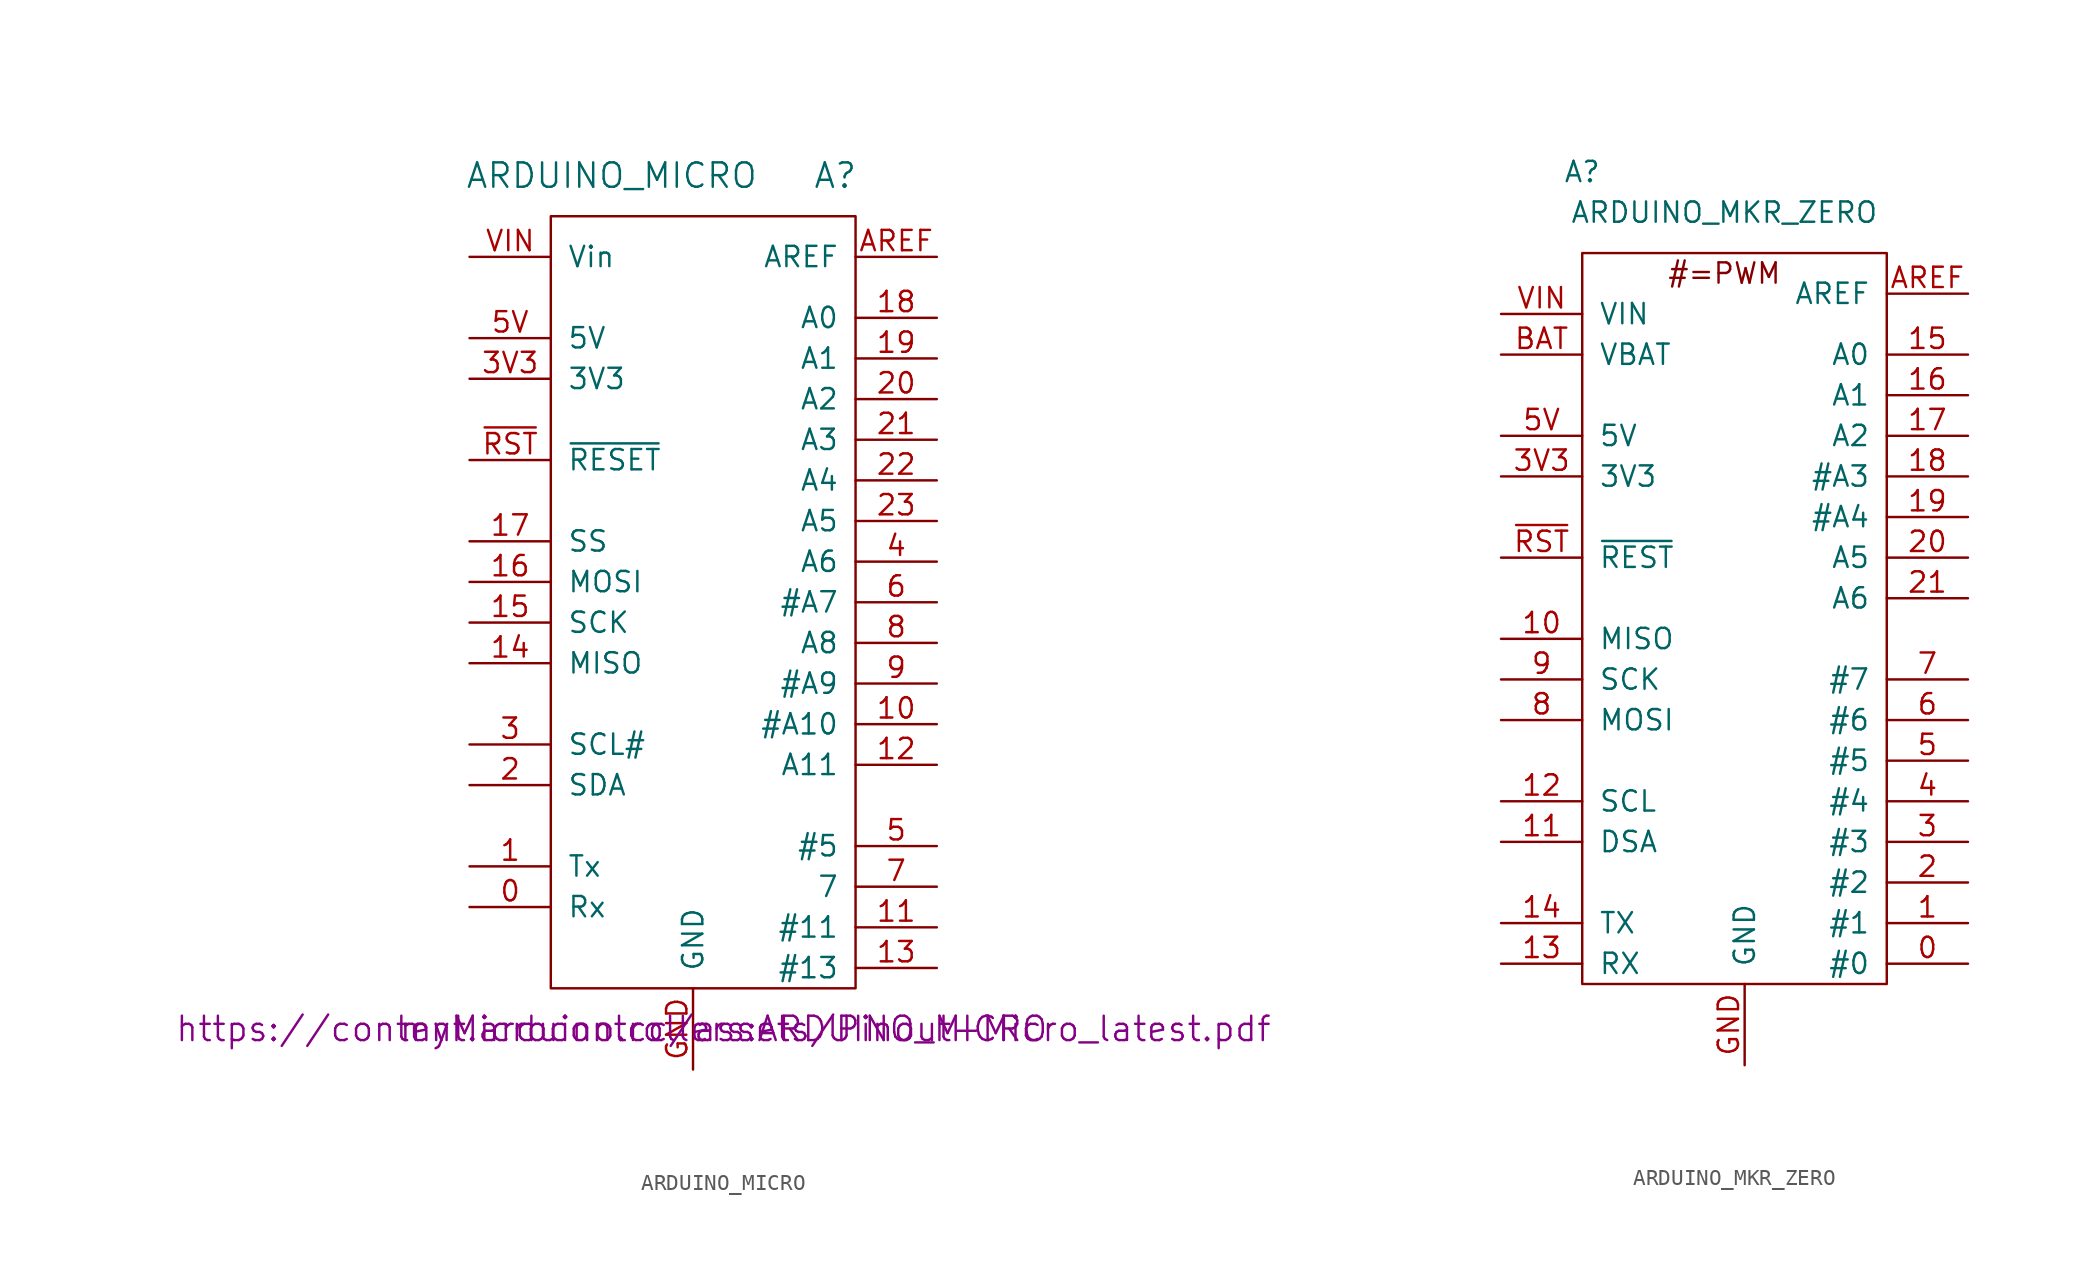
<source format=kicad_sym>
(kicad_symbol_lib
  (version 20211014)
  (generator kicad_symbol_editor)
  (symbol "ARDUINO_MICRO"
    (pin_names
      (offset 1.016))
    (property "Reference" "A"
      (at 8.89 29.21 0)
      (effects (font (size 1.524 1.524))))
    (property "Value" "ARDUINO_MICRO"
      (at -5.08 29.21 0)
      (effects (font (size 1.524 1.524))))
    (property "Footprint" "myMicrocontrollers:ARDUINO_MICRO"
      (at 1.905 -24.13 0)
      (effects (font (size 1.524 1.524))))
    (property "Datasheet" "https://content.arduino.cc/assets/Pinout-Micro_latest.pdf"
      (at 1.905 -24.13 0)
      (effects (font (size 1.524 1.524))))
    (symbol "ARDUINO_MICRO_0_1"
      (rectangle (start -8.89 -21.59) (end 10.16 26.67) (stroke (width 0) (type default) (color 0 0 0 0)) (fill (type none))))
    (symbol "ARDUINO_MICRO_1_1"
      (pin bidirectional line (at -13.97 -16.51 0) (length 5.08) (name "Rx" (effects (font (size 1.27 1.27)))) (number "0" (effects (font (size 1.27 1.27)))))
      (pin bidirectional line (at -13.97 -13.97 0) (length 5.08) (name "Tx" (effects (font (size 1.27 1.27)))) (number "1" (effects (font (size 1.27 1.27)))))
      (pin bidirectional line (at 15.24 -5.08 180) (length 5.08) (name "#A10" (effects (font (size 1.27 1.27)))) (number "10" (effects (font (size 1.27 1.27)))))
      (pin bidirectional line (at 15.24 -17.78 180) (length 5.08) (name "#11" (effects (font (size 1.27 1.27)))) (number "11" (effects (font (size 1.27 1.27)))))
      (pin bidirectional line (at 15.24 -7.62 180) (length 5.08) (name "A11" (effects (font (size 1.27 1.27)))) (number "12" (effects (font (size 1.27 1.27)))))
      (pin bidirectional line (at 15.24 -20.32 180) (length 5.08) (name "#13" (effects (font (size 1.27 1.27)))) (number "13" (effects (font (size 1.27 1.27)))))
      (pin input line (at -13.97 -1.27 0) (length 5.08) (name "MISO" (effects (font (size 1.27 1.27)))) (number "14" (effects (font (size 1.27 1.27)))))
      (pin output line (at -13.97 1.27 0) (length 5.08) (name "SCK" (effects (font (size 1.27 1.27)))) (number "15" (effects (font (size 1.27 1.27)))))
      (pin output line (at -13.97 3.81 0) (length 5.08) (name "MOSI" (effects (font (size 1.27 1.27)))) (number "16" (effects (font (size 1.27 1.27)))))
      (pin output line (at -13.97 6.35 0) (length 5.08) (name "SS" (effects (font (size 1.27 1.27)))) (number "17" (effects (font (size 1.27 1.27)))))
      (pin bidirectional line (at 15.24 20.32 180) (length 5.08) (name "A0" (effects (font (size 1.27 1.27)))) (number "18" (effects (font (size 1.27 1.27)))))
      (pin bidirectional line (at 15.24 17.78 180) (length 5.08) (name "A1" (effects (font (size 1.27 1.27)))) (number "19" (effects (font (size 1.27 1.27)))))
      (pin bidirectional line (at -13.97 -8.89 0) (length 5.08) (name "SDA" (effects (font (size 1.27 1.27)))) (number "2" (effects (font (size 1.27 1.27)))))
      (pin bidirectional line (at 15.24 15.24 180) (length 5.08) (name "A2" (effects (font (size 1.27 1.27)))) (number "20" (effects (font (size 1.27 1.27)))))
      (pin bidirectional line (at 15.24 12.7 180) (length 5.08) (name "A3" (effects (font (size 1.27 1.27)))) (number "21" (effects (font (size 1.27 1.27)))))
      (pin bidirectional line (at 15.24 10.16 180) (length 5.08) (name "A4" (effects (font (size 1.27 1.27)))) (number "22" (effects (font (size 1.27 1.27)))))
      (pin bidirectional line (at 15.24 7.62 180) (length 5.08) (name "A5" (effects (font (size 1.27 1.27)))) (number "23" (effects (font (size 1.27 1.27)))))
      (pin bidirectional line (at -13.97 -6.35 0) (length 5.08) (name "SCL#" (effects (font (size 1.27 1.27)))) (number "3" (effects (font (size 1.27 1.27)))))
      (pin power_out line (at -13.97 16.51 0) (length 5.08) (name "3V3" (effects (font (size 1.27 1.27)))) (number "3V3" (effects (font (size 1.27 1.27)))))
      (pin bidirectional line (at 15.24 5.08 180) (length 5.08) (name "A6" (effects (font (size 1.27 1.27)))) (number "4" (effects (font (size 1.27 1.27)))))
      (pin bidirectional line (at 15.24 -12.7 180) (length 5.08) (name "#5" (effects (font (size 1.27 1.27)))) (number "5" (effects (font (size 1.27 1.27)))))
      (pin power_out line (at -13.97 19.05 0) (length 5.08) (name "5V" (effects (font (size 1.27 1.27)))) (number "5V" (effects (font (size 1.27 1.27)))))
      (pin bidirectional line (at 15.24 2.54 180) (length 5.08) (name "#A7" (effects (font (size 1.27 1.27)))) (number "6" (effects (font (size 1.27 1.27)))))
      (pin bidirectional line (at 15.24 -15.24 180) (length 5.08) (name "7" (effects (font (size 1.27 1.27)))) (number "7" (effects (font (size 1.27 1.27)))))
      (pin bidirectional line (at 15.24 0 180) (length 5.08) (name "A8" (effects (font (size 1.27 1.27)))) (number "8" (effects (font (size 1.27 1.27)))))
      (pin bidirectional line (at 15.24 -2.54 180) (length 5.08) (name "#A9" (effects (font (size 1.27 1.27)))) (number "9" (effects (font (size 1.27 1.27)))))
      (pin input line (at 15.24 24.13 180) (length 5.08) (name "AREF" (effects (font (size 1.27 1.27)))) (number "AREF" (effects (font (size 1.27 1.27)))))
      (pin power_in line (at 0 -26.67 90) (length 5.08) (name "GND" (effects (font (size 1.27 1.27)))) (number "GND" (effects (font (size 1.27 1.27)))))
      (pin power_in line (at -13.97 24.13 0) (length 5.08) (name "Vin" (effects (font (size 1.27 1.27)))) (number "VIN" (effects (font (size 1.27 1.27)))))
      (pin passive line (at -13.97 11.43 0) (length 5.08) (name "~{RESET}" (effects (font (size 1.27 1.27)))) (number "~{RST}" (effects (font (size 1.27 1.27)))))))
  (symbol "ARDUINO_MKR_ZERO"
    (pin_names
      (offset 1.016))
    (property "Reference" "A"
      (at -10.16 29.21 0)
      (effects (font (size 1.27 1.27))))
    (property "Value" "ARDUINO_MKR_ZERO"
      (at -1.27 26.67 0)
      (effects (font (size 1.27 1.27))))
    (symbol "ARDUINO_MKR_ZERO_0_0"
      (rectangle (start -10.16 24.13) (end 8.89 -21.59) (stroke (width 0) (type default) (color 0 0 0 0)) (fill (type none)))
      (text "#=PWM" (at -1.27 22.86 0) (effects (font (size 1.27 1.27)))))
    (symbol "ARDUINO_MKR_ZERO_1_1"
      (pin bidirectional line (at 13.97 -20.32 180) (length 5.08) (name "#0" (effects (font (size 1.27 1.27)))) (number "0" (effects (font (size 1.27 1.27)))))
      (pin bidirectional line (at 13.97 -17.78 180) (length 5.08) (name "#1" (effects (font (size 1.27 1.27)))) (number "1" (effects (font (size 1.27 1.27)))))
      (pin bidirectional line (at -15.24 0 0) (length 5.08) (name "MISO" (effects (font (size 1.27 1.27)))) (number "10" (effects (font (size 1.27 1.27)))))
      (pin bidirectional line (at -15.24 -12.7 0) (length 5.08) (name "DSA" (effects (font (size 1.27 1.27)))) (number "11" (effects (font (size 1.27 1.27)))))
      (pin bidirectional line (at -15.24 -10.16 0) (length 5.08) (name "SCL" (effects (font (size 1.27 1.27)))) (number "12" (effects (font (size 1.27 1.27)))))
      (pin bidirectional line (at -15.24 -20.32 0) (length 5.08) (name "RX" (effects (font (size 1.27 1.27)))) (number "13" (effects (font (size 1.27 1.27)))))
      (pin bidirectional line (at -15.24 -17.78 0) (length 5.08) (name "TX" (effects (font (size 1.27 1.27)))) (number "14" (effects (font (size 1.27 1.27)))))
      (pin bidirectional line (at 13.97 17.78 180) (length 5.08) (name "A0" (effects (font (size 1.27 1.27)))) (number "15" (effects (font (size 1.27 1.27)))))
      (pin bidirectional line (at 13.97 15.24 180) (length 5.08) (name "A1" (effects (font (size 1.27 1.27)))) (number "16" (effects (font (size 1.27 1.27)))))
      (pin bidirectional line (at 13.97 12.7 180) (length 5.08) (name "A2" (effects (font (size 1.27 1.27)))) (number "17" (effects (font (size 1.27 1.27)))))
      (pin bidirectional line (at 13.97 10.16 180) (length 5.08) (name "#A3" (effects (font (size 1.27 1.27)))) (number "18" (effects (font (size 1.27 1.27)))))
      (pin bidirectional line (at 13.97 7.62 180) (length 5.08) (name "#A4" (effects (font (size 1.27 1.27)))) (number "19" (effects (font (size 1.27 1.27)))))
      (pin bidirectional line (at 13.97 -15.24 180) (length 5.08) (name "#2" (effects (font (size 1.27 1.27)))) (number "2" (effects (font (size 1.27 1.27)))))
      (pin bidirectional line (at 13.97 5.08 180) (length 5.08) (name "A5" (effects (font (size 1.27 1.27)))) (number "20" (effects (font (size 1.27 1.27)))))
      (pin bidirectional line (at 13.97 2.54 180) (length 5.08) (name "A6" (effects (font (size 1.27 1.27)))) (number "21" (effects (font (size 1.27 1.27)))))
      (pin bidirectional line (at 13.97 -12.7 180) (length 5.08) (name "#3" (effects (font (size 1.27 1.27)))) (number "3" (effects (font (size 1.27 1.27)))))
      (pin power_out line (at -15.24 10.16 0) (length 5.08) (name "3V3" (effects (font (size 1.27 1.27)))) (number "3V3" (effects (font (size 1.27 1.27)))))
      (pin bidirectional line (at 13.97 -10.16 180) (length 5.08) (name "#4" (effects (font (size 1.27 1.27)))) (number "4" (effects (font (size 1.27 1.27)))))
      (pin bidirectional line (at 13.97 -7.62 180) (length 5.08) (name "#5" (effects (font (size 1.27 1.27)))) (number "5" (effects (font (size 1.27 1.27)))))
      (pin power_out line (at -15.24 12.7 0) (length 5.08) (name "5V" (effects (font (size 1.27 1.27)))) (number "5V" (effects (font (size 1.27 1.27)))))
      (pin bidirectional line (at 13.97 -5.08 180) (length 5.08) (name "#6" (effects (font (size 1.27 1.27)))) (number "6" (effects (font (size 1.27 1.27)))))
      (pin bidirectional line (at 13.97 -2.54 180) (length 5.08) (name "#7" (effects (font (size 1.27 1.27)))) (number "7" (effects (font (size 1.27 1.27)))))
      (pin bidirectional line (at -15.24 -5.08 0) (length 5.08) (name "MOSI" (effects (font (size 1.27 1.27)))) (number "8" (effects (font (size 1.27 1.27)))))
      (pin bidirectional line (at -15.24 -2.54 0) (length 5.08) (name "SCK" (effects (font (size 1.27 1.27)))) (number "9" (effects (font (size 1.27 1.27)))))
      (pin bidirectional line (at 13.97 21.59 180) (length 5.08) (name "AREF" (effects (font (size 1.27 1.27)))) (number "AREF" (effects (font (size 1.27 1.27)))))
      (pin power_in line (at -15.24 17.78 0) (length 5.08) (name "VBAT" (effects (font (size 1.27 1.27)))) (number "BAT" (effects (font (size 1.27 1.27)))))
      (pin power_out line (at 0 -26.67 90) (length 5.08) (name "GND" (effects (font (size 1.27 1.27)))) (number "GND" (effects (font (size 1.27 1.27)))))
      (pin power_in line (at -15.24 20.32 0) (length 5.08) (name "VIN" (effects (font (size 1.27 1.27)))) (number "VIN" (effects (font (size 1.27 1.27)))))
      (pin power_out line (at -15.24 5.08 0) (length 5.08) (name "~{REST}" (effects (font (size 1.27 1.27)))) (number "~{RST}" (effects (font (size 1.27 1.27))))))))
</source>
